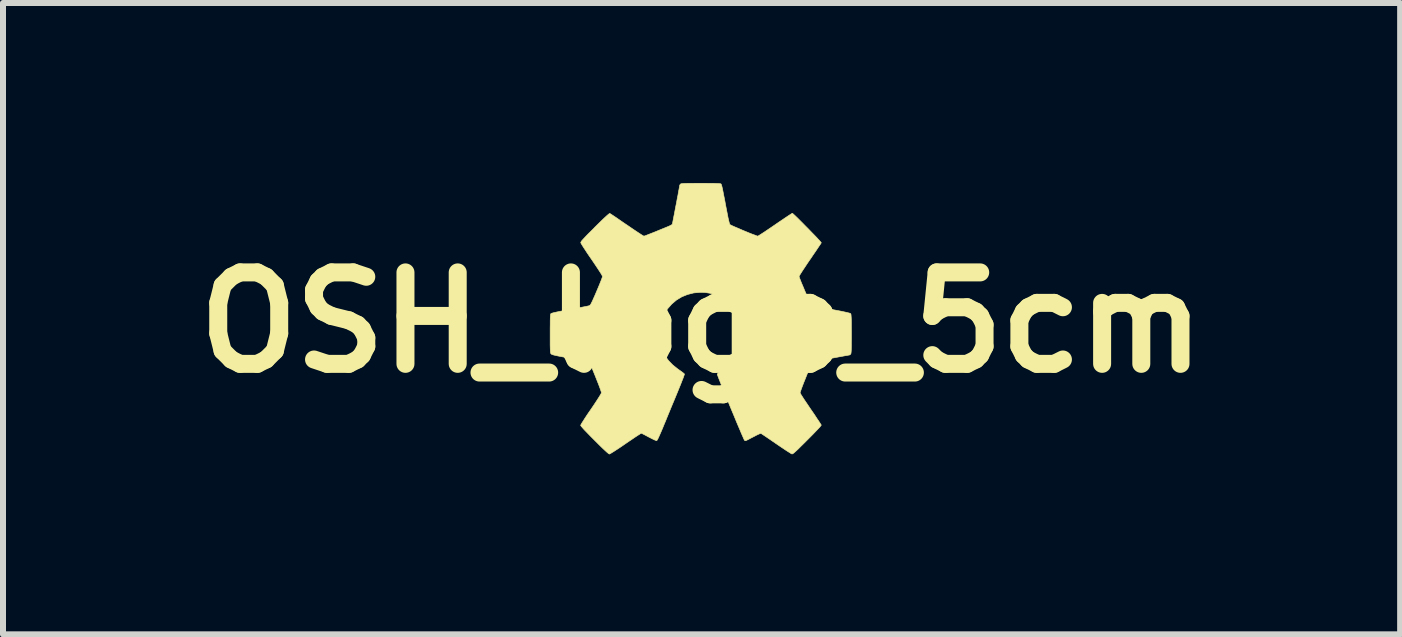
<source format=kicad_pcb>
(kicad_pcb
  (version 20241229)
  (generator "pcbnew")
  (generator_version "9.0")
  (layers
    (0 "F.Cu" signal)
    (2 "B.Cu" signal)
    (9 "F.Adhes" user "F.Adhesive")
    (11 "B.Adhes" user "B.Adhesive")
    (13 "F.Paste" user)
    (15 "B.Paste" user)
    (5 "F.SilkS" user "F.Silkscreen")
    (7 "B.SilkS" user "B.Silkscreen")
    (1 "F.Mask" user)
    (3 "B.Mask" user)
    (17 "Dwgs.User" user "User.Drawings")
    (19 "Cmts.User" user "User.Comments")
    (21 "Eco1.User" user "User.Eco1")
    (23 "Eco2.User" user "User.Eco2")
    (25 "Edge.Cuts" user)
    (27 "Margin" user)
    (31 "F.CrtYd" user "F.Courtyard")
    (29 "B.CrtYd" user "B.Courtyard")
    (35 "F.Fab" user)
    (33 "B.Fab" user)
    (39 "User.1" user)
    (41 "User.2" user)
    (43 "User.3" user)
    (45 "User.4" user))
  (footprint "OSH_logo_5cm"
    (layer "F.Cu")
    (at 8.643 2.325)
    (property "Reference" "OSH_logo_5cm" (at 0 0 0) (layer "F.SilkS") (effects (font (size 1.524 1.524) (thickness 0.3))))
    (attr through_hole)
    (fp_poly (pts (xy 0.075 -2.32) (xy 0.147 -2.319) (xy 0.206 -2.319) (xy 0.251 -2.317) (xy 0.284 -2.316) (xy 0.307 -2.314) (xy 0.32 -2.311) (xy 0.324 -2.309) (xy 0.329 -2.302) (xy 0.335 -2.285) (xy 0.342 -2.257) (xy 0.351 -2.218) (xy 0.361 -2.166) (xy 0.374 -2.1) (xy 0.39 -2.019) (xy 0.398 -1.973) (xy 0.416 -1.88) (xy 0.431 -1.803) (xy 0.443 -1.741) (xy 0.454 -1.694) (xy 0.462 -1.661) (xy 0.469 -1.64) (xy 0.473 -1.632) (xy 0.484 -1.626) (xy 0.508 -1.614) (xy 0.543 -1.598) (xy 0.586 -1.58) (xy 0.635 -1.559) (xy 0.688 -1.536) (xy 0.741 -1.514) (xy 0.792 -1.493) (xy 0.84 -1.474) (xy 0.881 -1.459) (xy 0.912 -1.447) (xy 0.932 -1.44) (xy 0.937 -1.439) (xy 0.947 -1.444) (xy 0.968 -1.457) (xy 1.001 -1.478) (xy 1.043 -1.505) (xy 1.092 -1.538) (xy 1.148 -1.576) (xy 1.208 -1.617) (xy 1.227 -1.63) (xy 1.288 -1.672) (xy 1.345 -1.71) (xy 1.396 -1.745) (xy 1.44 -1.774) (xy 1.475 -1.797) (xy 1.499 -1.812) (xy 1.511 -1.82) (xy 1.513 -1.82) (xy 1.521 -1.815) (xy 1.54 -1.798) (xy 1.567 -1.773) (xy 1.601 -1.74) (xy 1.64 -1.701) (xy 1.683 -1.658) (xy 1.729 -1.611) (xy 1.776 -1.564) (xy 1.821 -1.517) (xy 1.865 -1.472) (xy 1.905 -1.431) (xy 1.939 -1.394) (xy 1.967 -1.364) (xy 1.986 -1.342) (xy 1.995 -1.33) (xy 1.996 -1.328) (xy 1.99 -1.319) (xy 1.976 -1.297) (xy 1.954 -1.265) (xy 1.926 -1.223) (xy 1.893 -1.174) (xy 1.855 -1.119) (xy 1.815 -1.059) (xy 1.808 -1.05) (xy 1.767 -0.99) (xy 1.73 -0.934) (xy 1.696 -0.883) (xy 1.668 -0.84) (xy 1.646 -0.805) (xy 1.632 -0.781) (xy 1.626 -0.769) (xy 1.626 -0.768) (xy 1.629 -0.755) (xy 1.638 -0.73) (xy 1.652 -0.694) (xy 1.67 -0.649) (xy 1.691 -0.6) (xy 1.713 -0.547) (xy 1.736 -0.493) (xy 1.759 -0.441) (xy 1.78 -0.393) (xy 1.799 -0.352) (xy 1.814 -0.32) (xy 1.825 -0.299) (xy 1.829 -0.293) (xy 1.837 -0.289) (xy 1.852 -0.283) (xy 1.877 -0.276) (xy 1.912 -0.268) (xy 1.958 -0.258) (xy 2.018 -0.246) (xy 2.092 -0.232) (xy 2.16 -0.219) (xy 2.248 -0.203) (xy 2.32 -0.189) (xy 2.377 -0.177) (xy 2.422 -0.167) (xy 2.454 -0.159) (xy 2.475 -0.153) (xy 2.485 -0.148) (xy 2.487 -0.146) (xy 2.49 -0.138) (xy 2.492 -0.122) (xy 2.494 -0.095) (xy 2.496 -0.058) (xy 2.497 -0.008) (xy 2.497 0.055) (xy 2.498 0.133) (xy 2.498 0.192) (xy 2.498 0.275) (xy 2.497 0.344) (xy 2.497 0.398) (xy 2.496 0.441) (xy 2.495 0.473) (xy 2.493 0.496) (xy 2.491 0.512) (xy 2.489 0.522) (xy 2.485 0.528) (xy 2.484 0.529) (xy 2.472 0.539) (xy 2.466 0.542) (xy 2.457 0.543) (xy 2.433 0.548) (xy 2.396 0.554) (xy 2.348 0.563) (xy 2.292 0.573) (xy 2.228 0.585) (xy 2.16 0.598) (xy 2.07 0.615) (xy 1.997 0.629) (xy 1.939 0.641) (xy 1.895 0.651) (xy 1.866 0.659) (xy 1.849 0.665) (xy 1.845 0.668) (xy 1.838 0.679) (xy 1.827 0.704) (xy 1.811 0.739) (xy 1.792 0.784) (xy 1.771 0.834) (xy 1.749 0.888) (xy 1.727 0.944) (xy 1.705 0.998) (xy 1.685 1.05) (xy 1.668 1.095) (xy 1.655 1.132) (xy 1.646 1.158) (xy 1.643 1.171) (xy 1.643 1.171) (xy 1.647 1.182) (xy 1.66 1.205) (xy 1.681 1.238) (xy 1.708 1.28) (xy 1.741 1.329) (xy 1.778 1.384) (xy 1.817 1.442) (xy 1.858 1.501) (xy 1.895 1.556) (xy 1.927 1.605) (xy 1.955 1.646) (xy 1.976 1.679) (xy 1.99 1.701) (xy 1.996 1.71) (xy 1.99 1.719) (xy 1.974 1.74) (xy 1.946 1.77) (xy 1.908 1.81) (xy 1.861 1.859) (xy 1.805 1.916) (xy 1.762 1.959) (xy 1.701 2.02) (xy 1.651 2.069) (xy 1.611 2.109) (xy 1.579 2.139) (xy 1.554 2.161) (xy 1.536 2.177) (xy 1.522 2.186) (xy 1.513 2.191) (xy 1.506 2.191) (xy 1.506 2.191) (xy 1.494 2.186) (xy 1.471 2.171) (xy 1.437 2.15) (xy 1.394 2.122) (xy 1.345 2.089) (xy 1.29 2.052) (xy 1.249 2.024) (xy 1.192 1.985) (xy 1.14 1.949) (xy 1.093 1.917) (xy 1.053 1.89) (xy 1.023 1.87) (xy 1.003 1.857) (xy 0.997 1.853) (xy 0.99 1.851) (xy 0.981 1.851) (xy 0.968 1.855) (xy 0.949 1.863) (xy 0.921 1.876) (xy 0.885 1.895) (xy 0.836 1.92) (xy 0.781 1.949) (xy 0.753 1.963) (xy 0.736 1.97) (xy 0.725 1.97) (xy 0.717 1.964) (xy 0.717 1.964) (xy 0.711 1.954) (xy 0.7 1.93) (xy 0.684 1.893) (xy 0.663 1.846) (xy 0.639 1.788) (xy 0.611 1.723) (xy 0.581 1.652) (xy 0.55 1.576) (xy 0.517 1.497) (xy 0.483 1.416) (xy 0.45 1.335) (xy 0.417 1.256) (xy 0.386 1.18) (xy 0.357 1.108) (xy 0.331 1.043) (xy 0.308 0.985) (xy 0.289 0.937) (xy 0.275 0.9) (xy 0.266 0.875) (xy 0.262 0.865) (xy 0.27 0.85) (xy 0.292 0.83) (xy 0.311 0.818) (xy 0.409 0.75) (xy 0.492 0.673) (xy 0.561 0.589) (xy 0.615 0.497) (xy 0.654 0.399) (xy 0.677 0.295) (xy 0.683 0.235) (xy 0.682 0.126) (xy 0.664 0.022) (xy 0.632 -0.077) (xy 0.585 -0.169) (xy 0.524 -0.253) (xy 0.45 -0.328) (xy 0.365 -0.391) (xy 0.292 -0.432) (xy 0.212 -0.466) (xy 0.137 -0.488) (xy 0.059 -0.5) (xy -0.021 -0.502) (xy -0.129 -0.493) (xy -0.232 -0.467) (xy -0.329 -0.428) (xy -0.418 -0.374) (xy -0.497 -0.307) (xy -0.567 -0.227) (xy -0.625 -0.136) (xy -0.643 -0.101) (xy -0.669 -0.04) (xy -0.687 0.015) (xy -0.699 0.07) (xy -0.704 0.131) (xy -0.706 0.199) (xy -0.705 0.25) (xy -0.703 0.289) (xy -0.698 0.322) (xy -0.691 0.354) (xy -0.683 0.384) (xy -0.648 0.477) (xy -0.604 0.561) (xy -0.549 0.637) (xy -0.48 0.708) (xy -0.396 0.775) (xy -0.362 0.799) (xy -0.331 0.821) (xy -0.306 0.84) (xy -0.29 0.854) (xy -0.285 0.859) (xy -0.287 0.869) (xy -0.295 0.893) (xy -0.308 0.929) (xy -0.326 0.974) (xy -0.347 1.028) (xy -0.371 1.087) (xy -0.389 1.131) (xy -0.42 1.207) (xy -0.456 1.294) (xy -0.495 1.387) (xy -0.534 1.482) (xy -0.572 1.574) (xy -0.606 1.658) (xy -0.615 1.678) (xy -0.65 1.764) (xy -0.68 1.834) (xy -0.705 1.891) (xy -0.724 1.932) (xy -0.738 1.958) (xy -0.746 1.969) (xy -0.747 1.969) (xy -0.759 1.967) (xy -0.785 1.957) (xy -0.82 1.94) (xy -0.863 1.918) (xy -0.879 1.91) (xy -0.92 1.888) (xy -0.956 1.869) (xy -0.984 1.855) (xy -1.001 1.847) (xy -1.005 1.846) (xy -1.014 1.85) (xy -1.034 1.864) (xy -1.066 1.884) (xy -1.107 1.911) (xy -1.155 1.944) (xy -1.209 1.98) (xy -1.266 2.019) (xy -1.324 2.059) (xy -1.379 2.096) (xy -1.428 2.128) (xy -1.47 2.155) (xy -1.504 2.176) (xy -1.526 2.189) (xy -1.536 2.193) (xy -1.548 2.187) (xy -1.571 2.168) (xy -1.605 2.137) (xy -1.651 2.094) (xy -1.708 2.038) (xy -1.776 1.97) (xy -1.784 1.962) (xy -1.852 1.894) (xy -1.908 1.836) (xy -1.953 1.79) (xy -1.985 1.754) (xy -2.006 1.729) (xy -2.015 1.715) (xy -2.015 1.714) (xy -2.01 1.703) (xy -1.997 1.68) (xy -1.976 1.647) (xy -1.949 1.604) (xy -1.917 1.555) (xy -1.88 1.5) (xy -1.841 1.444) (xy -1.797 1.379) (xy -1.758 1.32) (xy -1.725 1.269) (xy -1.699 1.228) (xy -1.68 1.196) (xy -1.67 1.177) (xy -1.668 1.171) (xy -1.671 1.158) (xy -1.68 1.131) (xy -1.693 1.094) (xy -1.71 1.048) (xy -1.73 0.997) (xy -1.752 0.942) (xy -1.774 0.886) (xy -1.796 0.832) (xy -1.817 0.781) (xy -1.836 0.737) (xy -1.852 0.702) (xy -1.863 0.678) (xy -1.87 0.667) (xy -1.88 0.662) (xy -1.902 0.655) (xy -1.938 0.647) (xy -1.987 0.636) (xy -2.051 0.623) (xy -2.13 0.608) (xy -2.189 0.597) (xy -2.27 0.582) (xy -2.336 0.569) (xy -2.389 0.559) (xy -2.43 0.55) (xy -2.461 0.543) (xy -2.482 0.537) (xy -2.497 0.531) (xy -2.505 0.526) (xy -2.508 0.524) (xy -2.512 0.518) (xy -2.515 0.51) (xy -2.518 0.497) (xy -2.52 0.479) (xy -2.521 0.454) (xy -2.522 0.419) (xy -2.523 0.373) (xy -2.523 0.315) (xy -2.523 0.242) (xy -2.523 0.187) (xy -2.523 0.099) (xy -2.522 0.027) (xy -2.522 -0.03) (xy -2.521 -0.075) (xy -2.519 -0.108) (xy -2.517 -0.13) (xy -2.514 -0.142) (xy -2.512 -0.146) (xy -2.505 -0.151) (xy -2.487 -0.157) (xy -2.457 -0.165) (xy -2.416 -0.174) (xy -2.362 -0.185) (xy -2.293 -0.198) (xy -2.208 -0.214) (xy -2.197 -0.216) (xy -2.127 -0.229) (xy -2.06 -0.242) (xy -2.001 -0.253) (xy -1.95 -0.263) (xy -1.91 -0.271) (xy -1.882 -0.277) (xy -1.87 -0.281) (xy -1.862 -0.285) (xy -1.854 -0.293) (xy -1.845 -0.307) (xy -1.834 -0.328) (xy -1.819 -0.358) (xy -1.801 -0.399) (xy -1.777 -0.452) (xy -1.749 -0.518) (xy -1.724 -0.577) (xy -1.701 -0.632) (xy -1.682 -0.68) (xy -1.666 -0.72) (xy -1.656 -0.749) (xy -1.651 -0.765) (xy -1.651 -0.767) (xy -1.656 -0.78) (xy -1.67 -0.806) (xy -1.694 -0.844) (xy -1.726 -0.893) (xy -1.766 -0.953) (xy -1.813 -1.023) (xy -1.83 -1.048) (xy -1.871 -1.107) (xy -1.909 -1.163) (xy -1.942 -1.214) (xy -1.971 -1.258) (xy -1.992 -1.292) (xy -2.007 -1.317) (xy -2.013 -1.329) (xy -2.013 -1.329) (xy -2.012 -1.336) (xy -2.008 -1.345) (xy -1.999 -1.359) (xy -1.984 -1.376) (xy -1.962 -1.4) (xy -1.933 -1.431) (xy -1.895 -1.471) (xy -1.846 -1.519) (xy -1.787 -1.578) (xy -1.779 -1.587) (xy -1.71 -1.655) (xy -1.653 -1.711) (xy -1.606 -1.755) (xy -1.571 -1.787) (xy -1.546 -1.808) (xy -1.532 -1.817) (xy -1.53 -1.818) (xy -1.52 -1.812) (xy -1.498 -1.798) (xy -1.465 -1.776) (xy -1.423 -1.748) (xy -1.374 -1.714) (xy -1.319 -1.676) (xy -1.259 -1.635) (xy -1.245 -1.626) (xy -1.185 -1.585) (xy -1.128 -1.546) (xy -1.077 -1.512) (xy -1.034 -1.484) (xy -0.999 -1.461) (xy -0.974 -1.446) (xy -0.962 -1.44) (xy -0.961 -1.439) (xy -0.95 -1.442) (xy -0.925 -1.451) (xy -0.89 -1.465) (xy -0.846 -1.482) (xy -0.795 -1.502) (xy -0.76 -1.516) (xy -0.688 -1.546) (xy -0.631 -1.569) (xy -0.585 -1.588) (xy -0.551 -1.602) (xy -0.527 -1.613) (xy -0.509 -1.622) (xy -0.499 -1.628) (xy -0.492 -1.633) (xy -0.489 -1.637) (xy -0.487 -1.641) (xy -0.487 -1.641) (xy -0.484 -1.652) (xy -0.479 -1.677) (xy -0.472 -1.714) (xy -0.463 -1.761) (xy -0.452 -1.815) (xy -0.441 -1.875) (xy -0.429 -1.938) (xy -0.416 -2.002) (xy -0.405 -2.065) (xy -0.393 -2.124) (xy -0.384 -2.178) (xy -0.375 -2.223) (xy -0.369 -2.258) (xy -0.365 -2.28) (xy -0.364 -2.288) (xy -0.359 -2.297) (xy -0.351 -2.307) (xy -0.346 -2.31) (xy -0.337 -2.313) (xy -0.322 -2.315) (xy -0.301 -2.317) (xy -0.271 -2.318) (xy -0.232 -2.319) (xy -0.18 -2.319) (xy -0.115 -2.32) (xy -0.035 -2.32) (xy -0.014 -2.32) (xy 0.075 -2.32)) (stroke (width 0.01) (type solid)) (fill yes) (layer "F.SilkS")))
  (gr_rect
    (start -3 -3)
    (end 20.287 7.523)
    (stroke (width 0.1) (type default))
    (fill no)
    (layer "Edge.Cuts")))
</source>
